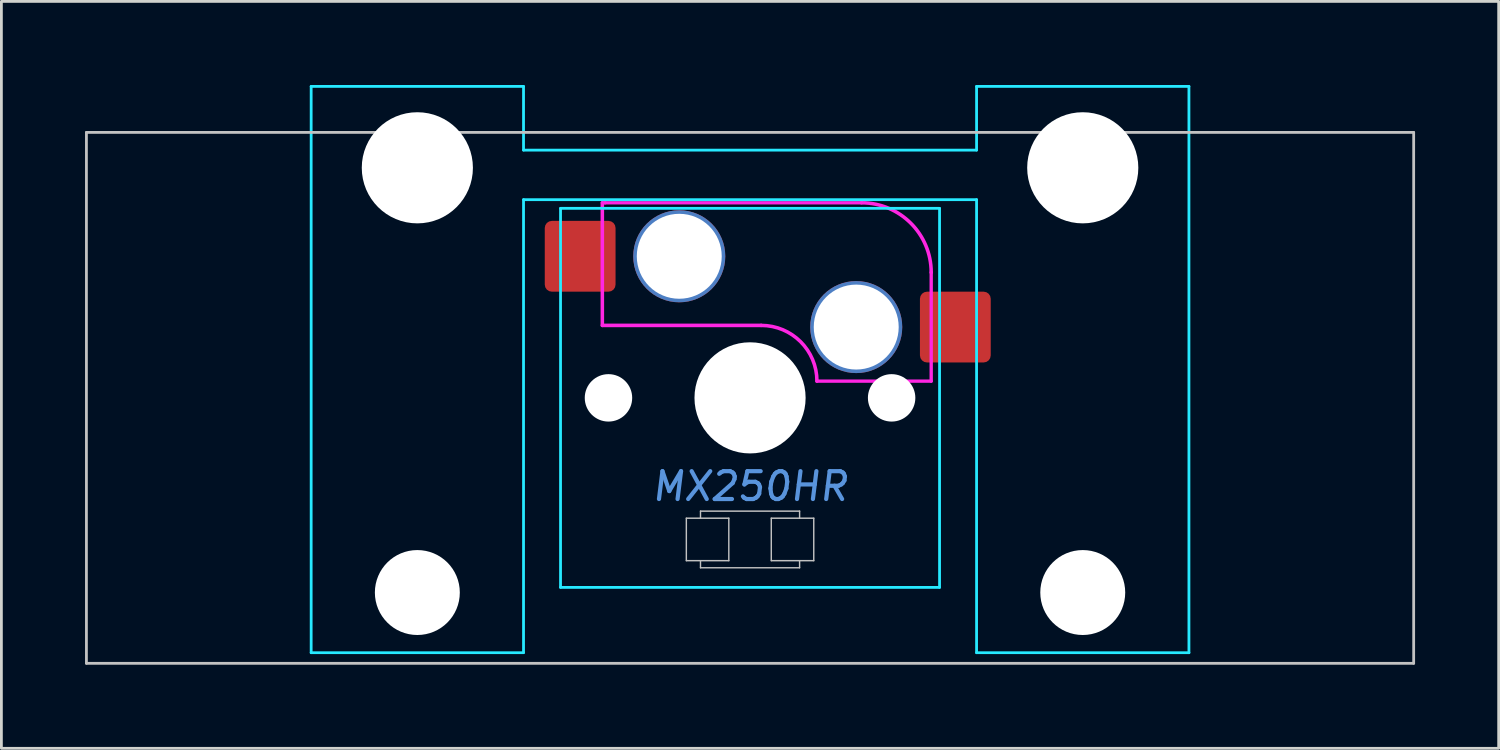
<source format=kicad_pcb>
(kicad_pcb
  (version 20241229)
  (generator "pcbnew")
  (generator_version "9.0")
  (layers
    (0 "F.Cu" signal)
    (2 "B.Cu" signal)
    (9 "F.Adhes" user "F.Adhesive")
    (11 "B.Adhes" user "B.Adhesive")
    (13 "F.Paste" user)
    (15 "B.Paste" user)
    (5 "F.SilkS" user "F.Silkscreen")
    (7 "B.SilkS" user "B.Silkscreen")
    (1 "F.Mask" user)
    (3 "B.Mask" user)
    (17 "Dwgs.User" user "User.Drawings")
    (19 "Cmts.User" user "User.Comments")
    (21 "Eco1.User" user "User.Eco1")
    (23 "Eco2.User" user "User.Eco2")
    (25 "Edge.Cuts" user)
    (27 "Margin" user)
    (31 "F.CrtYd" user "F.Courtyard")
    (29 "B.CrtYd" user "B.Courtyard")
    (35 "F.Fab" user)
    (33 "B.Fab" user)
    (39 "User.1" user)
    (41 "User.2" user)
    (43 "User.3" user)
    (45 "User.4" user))
  (footprint "MX250HR"
    (layer "F.Cu")
    (at 23.863 11.226)
    (property "Reference" "MX250HR" (at 0 3.175 0) (layer "Cmts.User") (effects (font (size 1 1) (thickness 0.15) (italic yes))))
    (attr smd)
    (fp_line (start -23.812 -9.525) (end -23.812 9.525) (stroke (width 0.1) (type solid)) (layer "Dwgs.User"))
    (fp_line (start -23.812 -9.525) (end 23.812 -9.525) (stroke (width 0.1) (type solid)) (layer "Dwgs.User"))
    (fp_line (start -23.812 9.525) (end 23.812 9.525) (stroke (width 0.1) (type solid)) (layer "Dwgs.User"))
    (fp_line (start -2.286 4.318) (end -0.762 4.318) (stroke (width 0.051) (type solid)) (layer "Dwgs.User"))
    (fp_line (start -2.286 5.842) (end -2.286 4.318) (stroke (width 0.051) (type solid)) (layer "Dwgs.User"))
    (fp_line (start -1.778 4.064) (end 1.778 4.064) (stroke (width 0.051) (type solid)) (layer "Dwgs.User"))
    (fp_line (start -1.778 4.318) (end -1.778 4.064) (stroke (width 0.051) (type solid)) (layer "Dwgs.User"))
    (fp_line (start -1.778 6.096) (end -1.778 5.842) (stroke (width 0.051) (type solid)) (layer "Dwgs.User"))
    (fp_line (start -0.762 4.318) (end -0.762 5.842) (stroke (width 0.051) (type solid)) (layer "Dwgs.User"))
    (fp_line (start -0.762 5.842) (end -2.286 5.842) (stroke (width 0.051) (type solid)) (layer "Dwgs.User"))
    (fp_line (start 0.762 4.318) (end 2.286 4.318) (stroke (width 0.051) (type solid)) (layer "Dwgs.User"))
    (fp_line (start 0.762 5.842) (end 0.762 4.318) (stroke (width 0.051) (type solid)) (layer "Dwgs.User"))
    (fp_line (start 1.778 4.064) (end 1.778 4.318) (stroke (width 0.051) (type solid)) (layer "Dwgs.User"))
    (fp_line (start 1.778 5.842) (end 1.778 6.096) (stroke (width 0.051) (type solid)) (layer "Dwgs.User"))
    (fp_line (start 1.778 6.096) (end -1.778 6.096) (stroke (width 0.051) (type solid)) (layer "Dwgs.User"))
    (fp_line (start 2.286 4.318) (end 2.286 5.842) (stroke (width 0.051) (type solid)) (layer "Dwgs.User"))
    (fp_line (start 2.286 5.842) (end 0.762 5.842) (stroke (width 0.051) (type solid)) (layer "Dwgs.User"))
    (fp_line (start 23.812 -9.525) (end 23.812 9.525) (stroke (width 0.1) (type solid)) (layer "Dwgs.User"))
    (fp_line (start -15.438 -8.515) (end -15.438 5.485) (stroke (width 0.1) (type solid)) (layer "Eco1.User"))
    (fp_line (start -14.938 -9.015) (end -8.938 -9.015) (stroke (width 0.1) (type solid)) (layer "Eco1.User"))
    (fp_line (start -8.938 5.985) (end -14.938 5.985) (stroke (width 0.1) (type solid)) (layer "Eco1.User"))
    (fp_line (start -8.438 5.485) (end -8.438 -8.515) (stroke (width 0.1) (type solid)) (layer "Eco1.User"))
    (fp_line (start -7 -6.5) (end -7 6.5) (stroke (width 0.1) (type solid)) (layer "Eco1.User"))
    (fp_line (start -6.5 7) (end 6.5 7) (stroke (width 0.1) (type solid)) (layer "Eco1.User"))
    (fp_line (start 6.5 -7) (end -6.5 -7) (stroke (width 0.1) (type solid)) (layer "Eco1.User"))
    (fp_line (start 7 6.5) (end 7 -6.5) (stroke (width 0.1) (type solid)) (layer "Eco1.User"))
    (fp_line (start 8.438 -8.515) (end 8.438 5.485) (stroke (width 0.1) (type solid)) (layer "Eco1.User"))
    (fp_line (start 8.938 -9.015) (end 14.938 -9.015) (stroke (width 0.1) (type solid)) (layer "Eco1.User"))
    (fp_line (start 14.938 5.985) (end 8.938 5.985) (stroke (width 0.1) (type solid)) (layer "Eco1.User"))
    (fp_line (start 15.438 5.485) (end 15.438 -8.515) (stroke (width 0.1) (type solid)) (layer "Eco1.User"))
    (fp_arc (start -15.438 -8.515) (mid -15.291553 -8.868553) (end -14.938 -9.015) (stroke (width 0.1) (type solid)) (layer "Eco1.User"))
    (fp_arc (start -14.938 5.985) (mid -15.291553 5.838553) (end -15.438 5.485) (stroke (width 0.1) (type solid)) (layer "Eco1.User"))
    (fp_arc (start -8.938 -9.015) (mid -8.584447 -8.868553) (end -8.438 -8.515) (stroke (width 0.1) (type solid)) (layer "Eco1.User"))
    (fp_arc (start -8.438 5.485) (mid -8.584447 5.838553) (end -8.938 5.985) (stroke (width 0.1) (type solid)) (layer "Eco1.User"))
    (fp_arc (start -7 -6.5) (mid -6.853553 -6.853553) (end -6.5 -7) (stroke (width 0.1) (type solid)) (layer "Eco1.User"))
    (fp_arc (start -6.5 7) (mid -6.853553 6.853553) (end -7 6.5) (stroke (width 0.1) (type solid)) (layer "Eco1.User"))
    (fp_arc (start 6.5 -7) (mid 6.853553 -6.853553) (end 7 -6.5) (stroke (width 0.1) (type solid)) (layer "Eco1.User"))
    (fp_arc (start 7 6.5) (mid 6.853553 6.853553) (end 6.5 7) (stroke (width 0.1) (type solid)) (layer "Eco1.User"))
    (fp_arc (start 8.438 -8.515) (mid 8.584447 -8.868553) (end 8.938 -9.015) (stroke (width 0.1) (type solid)) (layer "Eco1.User"))
    (fp_arc (start 8.938 5.985) (mid 8.584447 5.838553) (end 8.438 5.485) (stroke (width 0.1) (type solid)) (layer "Eco1.User"))
    (fp_arc (start 14.938 -9.015) (mid 15.291553 -8.868553) (end 15.438 -8.515) (stroke (width 0.1) (type solid)) (layer "Eco1.User"))
    (fp_arc (start 15.438 5.485) (mid 15.291553 5.838553) (end 14.938 5.985) (stroke (width 0.1) (type solid)) (layer "Eco1.User"))
    (fp_line (start -15.748 -11.176) (end -8.128 -11.176) (stroke (width 0.1) (type solid)) (layer "B.CrtYd"))
    (fp_line (start -15.748 9.144) (end -15.748 -11.176) (stroke (width 0.1) (type solid)) (layer "B.CrtYd"))
    (fp_line (start -8.128 -8.89) (end -8.128 -11.176) (stroke (width 0.1) (type solid)) (layer "B.CrtYd"))
    (fp_line (start -8.128 -7.112) (end -8.128 9.142) (stroke (width 0.1) (type solid)) (layer "B.CrtYd"))
    (fp_line (start -8.128 9.144) (end -15.748 9.144) (stroke (width 0.1) (type solid)) (layer "B.CrtYd"))
    (fp_line (start -6.8 -6.8) (end -6.8 6.8) (stroke (width 0.1) (type solid)) (layer "B.CrtYd"))
    (fp_line (start 6.8 -6.8) (end -6.8 -6.8) (stroke (width 0.1) (type solid)) (layer "B.CrtYd"))
    (fp_line (start 6.8 -6.8) (end 6.8 6.8) (stroke (width 0.1) (type solid)) (layer "B.CrtYd"))
    (fp_line (start 6.8 6.8) (end -6.8 6.8) (stroke (width 0.1) (type solid)) (layer "B.CrtYd"))
    (fp_line (start 8.128 -8.89) (end -8.128 -8.89) (stroke (width 0.1) (type solid)) (layer "B.CrtYd"))
    (fp_line (start 8.128 -8.89) (end 8.128 -11.176) (stroke (width 0.1) (type solid)) (layer "B.CrtYd"))
    (fp_line (start 8.128 -7.112) (end -8.128 -7.112) (stroke (width 0.1) (type solid)) (layer "B.CrtYd"))
    (fp_line (start 8.128 -7.112) (end 8.128 9.144) (stroke (width 0.1) (type solid)) (layer "B.CrtYd"))
    (fp_line (start 8.128 9.144) (end 15.748 9.144) (stroke (width 0.1) (type solid)) (layer "B.CrtYd"))
    (fp_line (start 15.748 -11.176) (end 8.128 -11.176) (stroke (width 0.1) (type solid)) (layer "B.CrtYd"))
    (fp_line (start 15.748 9.144) (end 15.748 -11.176) (stroke (width 0.1) (type solid)) (layer "B.CrtYd"))
    (fp_line (start -5.3 -7) (end -5.3 -2.6) (stroke (width 0.127) (type solid)) (layer "F.CrtYd"))
    (fp_line (start -5.2 -7) (end -5.3 -7) (stroke (width 0.12) (type solid)) (layer "F.CrtYd"))
    (fp_line (start 0.4 -2.6) (end -5.3 -2.6) (stroke (width 0.127) (type solid)) (layer "F.CrtYd"))
    (fp_line (start 4 -7) (end -5.2 -7) (stroke (width 0.12) (type solid)) (layer "F.CrtYd"))
    (fp_line (start 6.5 -4.5) (end 6.5 -0.6) (stroke (width 0.12) (type solid)) (layer "F.CrtYd"))
    (fp_line (start 6.5 -0.6) (end 2.4 -0.6) (stroke (width 0.12) (type solid)) (layer "F.CrtYd"))
    (fp_arc (start 0.4 -2.6) (mid 1.814214 -2.014214) (end 2.4 -0.6) (stroke (width 0.127) (type solid)) (layer "F.CrtYd"))
    (fp_arc (start 4 -7) (mid 5.767767 -6.267767) (end 6.5 -4.5) (stroke (width 0.127) (type solid)) (layer "F.CrtYd"))
    (pad "" np_thru_hole circle (at -11.938 -8.255 180) (size 3.988 3.988) (drill 3.988) (layers "*.Cu" "*.Mask"))
    (pad "" np_thru_hole circle (at -11.938 6.985 180) (size 3.048 3.048) (drill 3.048) (layers "*.Cu" "*.Mask"))
    (pad "" np_thru_hole circle (at -5.08 0) (size 1.702 1.702) (drill 1.702) (layers "*.Cu" "*.Mask"))
    (pad "" np_thru_hole circle (at -2.54 -5.08) (size 3.302 3.302) (drill 3.048) (layers "*.Cu" "*.Mask"))
    (pad "" np_thru_hole circle (at 0 0) (size 3.988 3.988) (drill 3.988) (layers "*.Cu" "*.Mask"))
    (pad "" np_thru_hole circle (at 3.81 -2.54) (size 3.302 3.302) (drill 3.048) (layers "*.Cu" "*.Mask"))
    (pad "" np_thru_hole circle (at 5.08 0) (size 1.702 1.702) (drill 1.702) (layers "*.Cu" "*.Mask"))
    (pad "" np_thru_hole circle (at 11.938 -8.255 180) (size 3.988 3.988) (drill 3.988) (layers "*.Cu" "*.Mask"))
    (pad "" np_thru_hole circle (at 11.938 6.985 180) (size 3.048 3.048) (drill 3.048) (layers "*.Cu" "*.Mask"))
    (pad "1" smd roundrect (at -6.096 -5.08) (size 2.54 2.54) (layers "F.Cu" "F.Mask") (roundrect_rratio 0.1))
    (pad "2" smd roundrect (at 7.366 -2.54) (size 2.54 2.54) (layers "F.Cu" "F.Mask") (roundrect_rratio 0.1)))
  (gr_rect
    (start -3 -3)
    (end 50.725 23.801)
    (stroke (width 0.1) (type default))
    (fill no)
    (layer "Edge.Cuts")))
</source>
